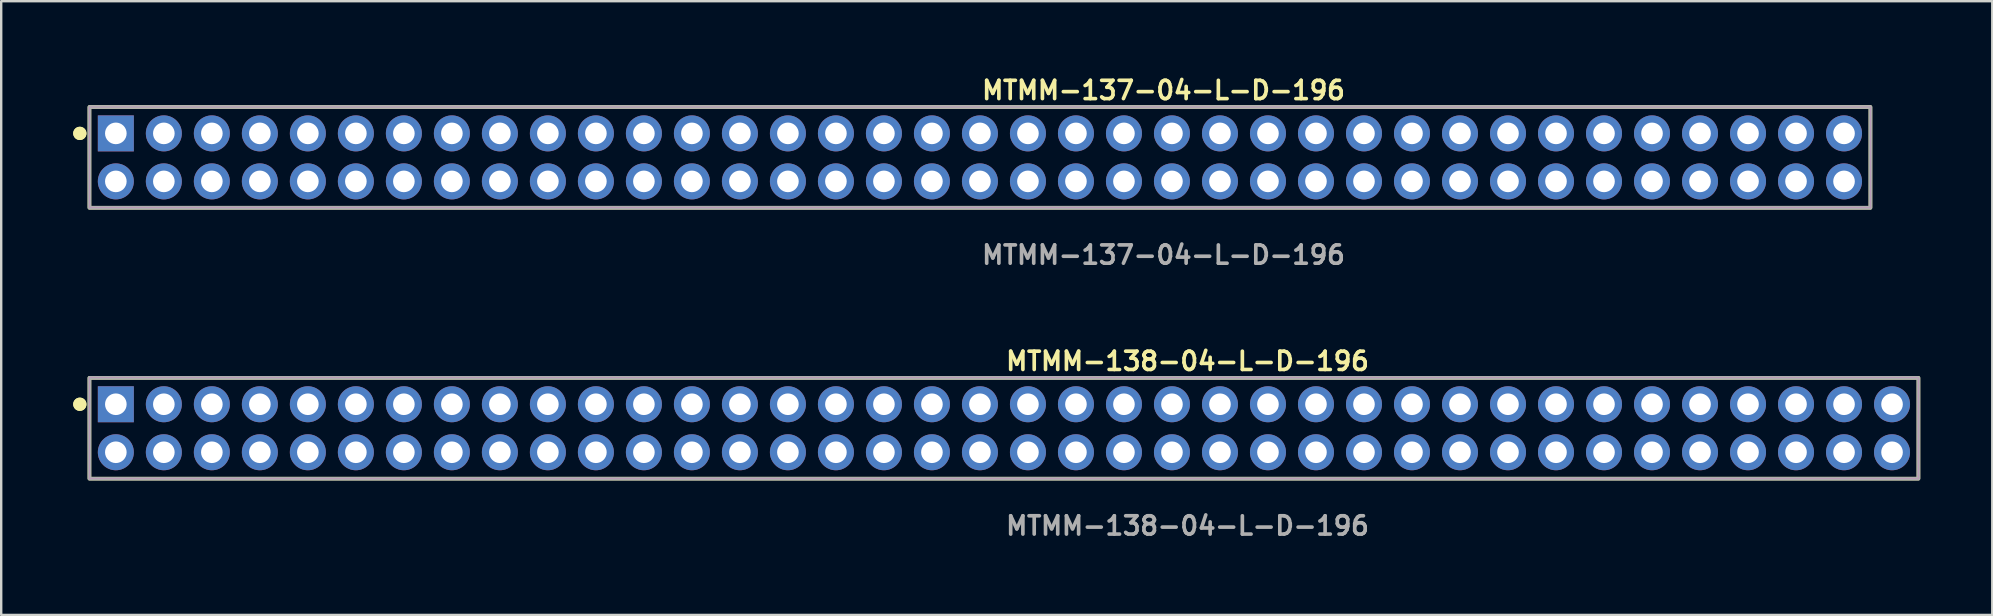
<source format=kicad_pcb>
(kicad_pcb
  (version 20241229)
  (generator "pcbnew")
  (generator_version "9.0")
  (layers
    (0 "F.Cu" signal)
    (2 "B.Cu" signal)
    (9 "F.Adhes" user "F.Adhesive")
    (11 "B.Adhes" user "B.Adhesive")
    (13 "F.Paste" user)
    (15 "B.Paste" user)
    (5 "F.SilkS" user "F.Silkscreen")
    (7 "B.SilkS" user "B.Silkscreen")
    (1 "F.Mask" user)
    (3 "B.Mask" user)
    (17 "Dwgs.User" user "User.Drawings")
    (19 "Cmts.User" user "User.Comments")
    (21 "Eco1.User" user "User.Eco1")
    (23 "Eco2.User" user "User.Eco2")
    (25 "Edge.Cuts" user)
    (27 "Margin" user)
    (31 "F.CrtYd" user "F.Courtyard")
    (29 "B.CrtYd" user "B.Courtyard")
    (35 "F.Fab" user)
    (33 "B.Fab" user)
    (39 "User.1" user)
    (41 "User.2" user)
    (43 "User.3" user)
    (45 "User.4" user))
  (footprint "MTMM-138-04-L-D-196"
    (layer "F.Cu")
    (at 38.776 14.792)
    (property "Reference" "MTMM-138-04-L-D-196" (at 0 -2.794 0) (unlocked yes) (layer "F.SilkS") (effects (font (size 0.762 0.762) (thickness 0.152)) (justify left)))
    (fp_rect (start -38.1 2.1) (end 38.1 -2.1) (stroke (width 0.152) (type solid)) (fill no) (layer "F.SilkS"))
    (fp_circle (center -38.5 -1) (end -38.7 -1) (stroke (width 0.152) (type solid)) (fill yes) (layer "F.SilkS"))
    (fp_circle (center -38.5 -1) (end -38.7 -1) (stroke (width 0.152) (type solid)) (fill yes) (layer "F.SilkS"))
    (fp_rect (start -38.1 2.1) (end 38.1 -2.1) (stroke (width 0.006) (type solid)) (fill no) (layer "F.CrtYd"))
    (fp_rect (start -38.1 2.1) (end 38.1 -2.1) (stroke (width 0.152) (type solid)) (fill no) (layer "F.Fab"))
    (fp_text user "${REFERENCE}" (at 0 4.064 0) (unlocked yes) (layer "F.Fab") (effects (font (size 0.762 0.762) (thickness 0.152)) (justify left)))
    (pad "1" thru_hole rect (at -37 -1) (size 1.5 1.5) (drill 0.9) (layers "*.Cu" "*.Mask"))
    (pad "2" thru_hole circle (at -37 1) (size 1.5 1.5) (drill 0.9) (layers "*.Cu" "*.Mask"))
    (pad "3" thru_hole circle (at -35 -1) (size 1.5 1.5) (drill 0.9) (layers "*.Cu" "*.Mask"))
    (pad "4" thru_hole circle (at -35 1) (size 1.5 1.5) (drill 0.9) (layers "*.Cu" "*.Mask"))
    (pad "5" thru_hole circle (at -33 -1) (size 1.5 1.5) (drill 0.9) (layers "*.Cu" "*.Mask"))
    (pad "6" thru_hole circle (at -33 1) (size 1.5 1.5) (drill 0.9) (layers "*.Cu" "*.Mask"))
    (pad "7" thru_hole circle (at -31 -1) (size 1.5 1.5) (drill 0.9) (layers "*.Cu" "*.Mask"))
    (pad "8" thru_hole circle (at -31 1) (size 1.5 1.5) (drill 0.9) (layers "*.Cu" "*.Mask"))
    (pad "9" thru_hole circle (at -29 -1) (size 1.5 1.5) (drill 0.9) (layers "*.Cu" "*.Mask"))
    (pad "10" thru_hole circle (at -29 1) (size 1.5 1.5) (drill 0.9) (layers "*.Cu" "*.Mask"))
    (pad "11" thru_hole circle (at -27 -1) (size 1.5 1.5) (drill 0.9) (layers "*.Cu" "*.Mask"))
    (pad "12" thru_hole circle (at -27 1) (size 1.5 1.5) (drill 0.9) (layers "*.Cu" "*.Mask"))
    (pad "13" thru_hole circle (at -25 -1) (size 1.5 1.5) (drill 0.9) (layers "*.Cu" "*.Mask"))
    (pad "14" thru_hole circle (at -25 1) (size 1.5 1.5) (drill 0.9) (layers "*.Cu" "*.Mask"))
    (pad "15" thru_hole circle (at -23 -1) (size 1.5 1.5) (drill 0.9) (layers "*.Cu" "*.Mask"))
    (pad "16" thru_hole circle (at -23 1) (size 1.5 1.5) (drill 0.9) (layers "*.Cu" "*.Mask"))
    (pad "17" thru_hole circle (at -21 -1) (size 1.5 1.5) (drill 0.9) (layers "*.Cu" "*.Mask"))
    (pad "18" thru_hole circle (at -21 1) (size 1.5 1.5) (drill 0.9) (layers "*.Cu" "*.Mask"))
    (pad "19" thru_hole circle (at -19 -1) (size 1.5 1.5) (drill 0.9) (layers "*.Cu" "*.Mask"))
    (pad "20" thru_hole circle (at -19 1) (size 1.5 1.5) (drill 0.9) (layers "*.Cu" "*.Mask"))
    (pad "21" thru_hole circle (at -17 -1) (size 1.5 1.5) (drill 0.9) (layers "*.Cu" "*.Mask"))
    (pad "22" thru_hole circle (at -17 1) (size 1.5 1.5) (drill 0.9) (layers "*.Cu" "*.Mask"))
    (pad "23" thru_hole circle (at -15 -1) (size 1.5 1.5) (drill 0.9) (layers "*.Cu" "*.Mask"))
    (pad "24" thru_hole circle (at -15 1) (size 1.5 1.5) (drill 0.9) (layers "*.Cu" "*.Mask"))
    (pad "25" thru_hole circle (at -13 -1) (size 1.5 1.5) (drill 0.9) (layers "*.Cu" "*.Mask"))
    (pad "26" thru_hole circle (at -13 1) (size 1.5 1.5) (drill 0.9) (layers "*.Cu" "*.Mask"))
    (pad "27" thru_hole circle (at -11 -1) (size 1.5 1.5) (drill 0.9) (layers "*.Cu" "*.Mask"))
    (pad "28" thru_hole circle (at -11 1) (size 1.5 1.5) (drill 0.9) (layers "*.Cu" "*.Mask"))
    (pad "29" thru_hole circle (at -9 -1) (size 1.5 1.5) (drill 0.9) (layers "*.Cu" "*.Mask"))
    (pad "30" thru_hole circle (at -9 1) (size 1.5 1.5) (drill 0.9) (layers "*.Cu" "*.Mask"))
    (pad "31" thru_hole circle (at -7 -1) (size 1.5 1.5) (drill 0.9) (layers "*.Cu" "*.Mask"))
    (pad "32" thru_hole circle (at -7 1) (size 1.5 1.5) (drill 0.9) (layers "*.Cu" "*.Mask"))
    (pad "33" thru_hole circle (at -5 -1) (size 1.5 1.5) (drill 0.9) (layers "*.Cu" "*.Mask"))
    (pad "34" thru_hole circle (at -5 1) (size 1.5 1.5) (drill 0.9) (layers "*.Cu" "*.Mask"))
    (pad "35" thru_hole circle (at -3 -1) (size 1.5 1.5) (drill 0.9) (layers "*.Cu" "*.Mask"))
    (pad "36" thru_hole circle (at -3 1) (size 1.5 1.5) (drill 0.9) (layers "*.Cu" "*.Mask"))
    (pad "37" thru_hole circle (at -1 -1) (size 1.5 1.5) (drill 0.9) (layers "*.Cu" "*.Mask"))
    (pad "38" thru_hole circle (at -1 1) (size 1.5 1.5) (drill 0.9) (layers "*.Cu" "*.Mask"))
    (pad "39" thru_hole circle (at 1 -1) (size 1.5 1.5) (drill 0.9) (layers "*.Cu" "*.Mask"))
    (pad "40" thru_hole circle (at 1 1) (size 1.5 1.5) (drill 0.9) (layers "*.Cu" "*.Mask"))
    (pad "41" thru_hole circle (at 3 -1) (size 1.5 1.5) (drill 0.9) (layers "*.Cu" "*.Mask"))
    (pad "42" thru_hole circle (at 3 1) (size 1.5 1.5) (drill 0.9) (layers "*.Cu" "*.Mask"))
    (pad "43" thru_hole circle (at 5 -1) (size 1.5 1.5) (drill 0.9) (layers "*.Cu" "*.Mask"))
    (pad "44" thru_hole circle (at 5 1) (size 1.5 1.5) (drill 0.9) (layers "*.Cu" "*.Mask"))
    (pad "45" thru_hole circle (at 7 -1) (size 1.5 1.5) (drill 0.9) (layers "*.Cu" "*.Mask"))
    (pad "46" thru_hole circle (at 7 1) (size 1.5 1.5) (drill 0.9) (layers "*.Cu" "*.Mask"))
    (pad "47" thru_hole circle (at 9 -1) (size 1.5 1.5) (drill 0.9) (layers "*.Cu" "*.Mask"))
    (pad "48" thru_hole circle (at 9 1) (size 1.5 1.5) (drill 0.9) (layers "*.Cu" "*.Mask"))
    (pad "49" thru_hole circle (at 11 -1) (size 1.5 1.5) (drill 0.9) (layers "*.Cu" "*.Mask"))
    (pad "50" thru_hole circle (at 11 1) (size 1.5 1.5) (drill 0.9) (layers "*.Cu" "*.Mask"))
    (pad "51" thru_hole circle (at 13 -1) (size 1.5 1.5) (drill 0.9) (layers "*.Cu" "*.Mask"))
    (pad "52" thru_hole circle (at 13 1) (size 1.5 1.5) (drill 0.9) (layers "*.Cu" "*.Mask"))
    (pad "53" thru_hole circle (at 15 -1) (size 1.5 1.5) (drill 0.9) (layers "*.Cu" "*.Mask"))
    (pad "54" thru_hole circle (at 15 1) (size 1.5 1.5) (drill 0.9) (layers "*.Cu" "*.Mask"))
    (pad "55" thru_hole circle (at 17 -1) (size 1.5 1.5) (drill 0.9) (layers "*.Cu" "*.Mask"))
    (pad "56" thru_hole circle (at 17 1) (size 1.5 1.5) (drill 0.9) (layers "*.Cu" "*.Mask"))
    (pad "57" thru_hole circle (at 19 -1) (size 1.5 1.5) (drill 0.9) (layers "*.Cu" "*.Mask"))
    (pad "58" thru_hole circle (at 19 1) (size 1.5 1.5) (drill 0.9) (layers "*.Cu" "*.Mask"))
    (pad "59" thru_hole circle (at 21 -1) (size 1.5 1.5) (drill 0.9) (layers "*.Cu" "*.Mask"))
    (pad "60" thru_hole circle (at 21 1) (size 1.5 1.5) (drill 0.9) (layers "*.Cu" "*.Mask"))
    (pad "61" thru_hole circle (at 23 -1) (size 1.5 1.5) (drill 0.9) (layers "*.Cu" "*.Mask"))
    (pad "62" thru_hole circle (at 23 1) (size 1.5 1.5) (drill 0.9) (layers "*.Cu" "*.Mask"))
    (pad "63" thru_hole circle (at 25 -1) (size 1.5 1.5) (drill 0.9) (layers "*.Cu" "*.Mask"))
    (pad "64" thru_hole circle (at 25 1) (size 1.5 1.5) (drill 0.9) (layers "*.Cu" "*.Mask"))
    (pad "65" thru_hole circle (at 27 -1) (size 1.5 1.5) (drill 0.9) (layers "*.Cu" "*.Mask"))
    (pad "66" thru_hole circle (at 27 1) (size 1.5 1.5) (drill 0.9) (layers "*.Cu" "*.Mask"))
    (pad "67" thru_hole circle (at 29 -1) (size 1.5 1.5) (drill 0.9) (layers "*.Cu" "*.Mask"))
    (pad "68" thru_hole circle (at 29 1) (size 1.5 1.5) (drill 0.9) (layers "*.Cu" "*.Mask"))
    (pad "69" thru_hole circle (at 31 -1) (size 1.5 1.5) (drill 0.9) (layers "*.Cu" "*.Mask"))
    (pad "70" thru_hole circle (at 31 1) (size 1.5 1.5) (drill 0.9) (layers "*.Cu" "*.Mask"))
    (pad "71" thru_hole circle (at 33 -1) (size 1.5 1.5) (drill 0.9) (layers "*.Cu" "*.Mask"))
    (pad "72" thru_hole circle (at 33 1) (size 1.5 1.5) (drill 0.9) (layers "*.Cu" "*.Mask"))
    (pad "73" thru_hole circle (at 35 -1) (size 1.5 1.5) (drill 0.9) (layers "*.Cu" "*.Mask"))
    (pad "74" thru_hole circle (at 35 1) (size 1.5 1.5) (drill 0.9) (layers "*.Cu" "*.Mask"))
    (pad "75" thru_hole circle (at 37 -1) (size 1.5 1.5) (drill 0.9) (layers "*.Cu" "*.Mask"))
    (pad "76" thru_hole circle (at 37 1) (size 1.5 1.5) (drill 0.9) (layers "*.Cu" "*.Mask")))
  (footprint "MTMM-137-04-L-D-196"
    (layer "F.Cu")
    (at 37.776 3.507)
    (property "Reference" "MTMM-137-04-L-D-196" (at 0 -2.794 0) (unlocked yes) (layer "F.SilkS") (effects (font (size 0.762 0.762) (thickness 0.152)) (justify left)))
    (fp_rect (start -37.1 2.1) (end 37.1 -2.1) (stroke (width 0.152) (type solid)) (fill no) (layer "F.SilkS"))
    (fp_circle (center -37.5 -1) (end -37.7 -1) (stroke (width 0.152) (type solid)) (fill yes) (layer "F.SilkS"))
    (fp_circle (center -37.5 -1) (end -37.7 -1) (stroke (width 0.152) (type solid)) (fill yes) (layer "F.SilkS"))
    (fp_rect (start -37.1 2.1) (end 37.1 -2.1) (stroke (width 0.006) (type solid)) (fill no) (layer "F.CrtYd"))
    (fp_rect (start -37.1 2.1) (end 37.1 -2.1) (stroke (width 0.152) (type solid)) (fill no) (layer "F.Fab"))
    (fp_text user "${REFERENCE}" (at 0 4.064 0) (unlocked yes) (layer "F.Fab") (effects (font (size 0.762 0.762) (thickness 0.152)) (justify left)))
    (pad "1" thru_hole rect (at -36 -1) (size 1.5 1.5) (drill 0.9) (layers "*.Cu" "*.Mask"))
    (pad "2" thru_hole circle (at -36 1) (size 1.5 1.5) (drill 0.9) (layers "*.Cu" "*.Mask"))
    (pad "3" thru_hole circle (at -34 -1) (size 1.5 1.5) (drill 0.9) (layers "*.Cu" "*.Mask"))
    (pad "4" thru_hole circle (at -34 1) (size 1.5 1.5) (drill 0.9) (layers "*.Cu" "*.Mask"))
    (pad "5" thru_hole circle (at -32 -1) (size 1.5 1.5) (drill 0.9) (layers "*.Cu" "*.Mask"))
    (pad "6" thru_hole circle (at -32 1) (size 1.5 1.5) (drill 0.9) (layers "*.Cu" "*.Mask"))
    (pad "7" thru_hole circle (at -30 -1) (size 1.5 1.5) (drill 0.9) (layers "*.Cu" "*.Mask"))
    (pad "8" thru_hole circle (at -30 1) (size 1.5 1.5) (drill 0.9) (layers "*.Cu" "*.Mask"))
    (pad "9" thru_hole circle (at -28 -1) (size 1.5 1.5) (drill 0.9) (layers "*.Cu" "*.Mask"))
    (pad "10" thru_hole circle (at -28 1) (size 1.5 1.5) (drill 0.9) (layers "*.Cu" "*.Mask"))
    (pad "11" thru_hole circle (at -26 -1) (size 1.5 1.5) (drill 0.9) (layers "*.Cu" "*.Mask"))
    (pad "12" thru_hole circle (at -26 1) (size 1.5 1.5) (drill 0.9) (layers "*.Cu" "*.Mask"))
    (pad "13" thru_hole circle (at -24 -1) (size 1.5 1.5) (drill 0.9) (layers "*.Cu" "*.Mask"))
    (pad "14" thru_hole circle (at -24 1) (size 1.5 1.5) (drill 0.9) (layers "*.Cu" "*.Mask"))
    (pad "15" thru_hole circle (at -22 -1) (size 1.5 1.5) (drill 0.9) (layers "*.Cu" "*.Mask"))
    (pad "16" thru_hole circle (at -22 1) (size 1.5 1.5) (drill 0.9) (layers "*.Cu" "*.Mask"))
    (pad "17" thru_hole circle (at -20 -1) (size 1.5 1.5) (drill 0.9) (layers "*.Cu" "*.Mask"))
    (pad "18" thru_hole circle (at -20 1) (size 1.5 1.5) (drill 0.9) (layers "*.Cu" "*.Mask"))
    (pad "19" thru_hole circle (at -18 -1) (size 1.5 1.5) (drill 0.9) (layers "*.Cu" "*.Mask"))
    (pad "20" thru_hole circle (at -18 1) (size 1.5 1.5) (drill 0.9) (layers "*.Cu" "*.Mask"))
    (pad "21" thru_hole circle (at -16 -1) (size 1.5 1.5) (drill 0.9) (layers "*.Cu" "*.Mask"))
    (pad "22" thru_hole circle (at -16 1) (size 1.5 1.5) (drill 0.9) (layers "*.Cu" "*.Mask"))
    (pad "23" thru_hole circle (at -14 -1) (size 1.5 1.5) (drill 0.9) (layers "*.Cu" "*.Mask"))
    (pad "24" thru_hole circle (at -14 1) (size 1.5 1.5) (drill 0.9) (layers "*.Cu" "*.Mask"))
    (pad "25" thru_hole circle (at -12 -1) (size 1.5 1.5) (drill 0.9) (layers "*.Cu" "*.Mask"))
    (pad "26" thru_hole circle (at -12 1) (size 1.5 1.5) (drill 0.9) (layers "*.Cu" "*.Mask"))
    (pad "27" thru_hole circle (at -10 -1) (size 1.5 1.5) (drill 0.9) (layers "*.Cu" "*.Mask"))
    (pad "28" thru_hole circle (at -10 1) (size 1.5 1.5) (drill 0.9) (layers "*.Cu" "*.Mask"))
    (pad "29" thru_hole circle (at -8 -1) (size 1.5 1.5) (drill 0.9) (layers "*.Cu" "*.Mask"))
    (pad "30" thru_hole circle (at -8 1) (size 1.5 1.5) (drill 0.9) (layers "*.Cu" "*.Mask"))
    (pad "31" thru_hole circle (at -6 -1) (size 1.5 1.5) (drill 0.9) (layers "*.Cu" "*.Mask"))
    (pad "32" thru_hole circle (at -6 1) (size 1.5 1.5) (drill 0.9) (layers "*.Cu" "*.Mask"))
    (pad "33" thru_hole circle (at -4 -1) (size 1.5 1.5) (drill 0.9) (layers "*.Cu" "*.Mask"))
    (pad "34" thru_hole circle (at -4 1) (size 1.5 1.5) (drill 0.9) (layers "*.Cu" "*.Mask"))
    (pad "35" thru_hole circle (at -2 -1) (size 1.5 1.5) (drill 0.9) (layers "*.Cu" "*.Mask"))
    (pad "36" thru_hole circle (at -2 1) (size 1.5 1.5) (drill 0.9) (layers "*.Cu" "*.Mask"))
    (pad "37" thru_hole circle (at 0 -1) (size 1.5 1.5) (drill 0.9) (layers "*.Cu" "*.Mask"))
    (pad "38" thru_hole circle (at 0 1) (size 1.5 1.5) (drill 0.9) (layers "*.Cu" "*.Mask"))
    (pad "39" thru_hole circle (at 2 -1) (size 1.5 1.5) (drill 0.9) (layers "*.Cu" "*.Mask"))
    (pad "40" thru_hole circle (at 2 1) (size 1.5 1.5) (drill 0.9) (layers "*.Cu" "*.Mask"))
    (pad "41" thru_hole circle (at 4 -1) (size 1.5 1.5) (drill 0.9) (layers "*.Cu" "*.Mask"))
    (pad "42" thru_hole circle (at 4 1) (size 1.5 1.5) (drill 0.9) (layers "*.Cu" "*.Mask"))
    (pad "43" thru_hole circle (at 6 -1) (size 1.5 1.5) (drill 0.9) (layers "*.Cu" "*.Mask"))
    (pad "44" thru_hole circle (at 6 1) (size 1.5 1.5) (drill 0.9) (layers "*.Cu" "*.Mask"))
    (pad "45" thru_hole circle (at 8 -1) (size 1.5 1.5) (drill 0.9) (layers "*.Cu" "*.Mask"))
    (pad "46" thru_hole circle (at 8 1) (size 1.5 1.5) (drill 0.9) (layers "*.Cu" "*.Mask"))
    (pad "47" thru_hole circle (at 10 -1) (size 1.5 1.5) (drill 0.9) (layers "*.Cu" "*.Mask"))
    (pad "48" thru_hole circle (at 10 1) (size 1.5 1.5) (drill 0.9) (layers "*.Cu" "*.Mask"))
    (pad "49" thru_hole circle (at 12 -1) (size 1.5 1.5) (drill 0.9) (layers "*.Cu" "*.Mask"))
    (pad "50" thru_hole circle (at 12 1) (size 1.5 1.5) (drill 0.9) (layers "*.Cu" "*.Mask"))
    (pad "51" thru_hole circle (at 14 -1) (size 1.5 1.5) (drill 0.9) (layers "*.Cu" "*.Mask"))
    (pad "52" thru_hole circle (at 14 1) (size 1.5 1.5) (drill 0.9) (layers "*.Cu" "*.Mask"))
    (pad "53" thru_hole circle (at 16 -1) (size 1.5 1.5) (drill 0.9) (layers "*.Cu" "*.Mask"))
    (pad "54" thru_hole circle (at 16 1) (size 1.5 1.5) (drill 0.9) (layers "*.Cu" "*.Mask"))
    (pad "55" thru_hole circle (at 18 -1) (size 1.5 1.5) (drill 0.9) (layers "*.Cu" "*.Mask"))
    (pad "56" thru_hole circle (at 18 1) (size 1.5 1.5) (drill 0.9) (layers "*.Cu" "*.Mask"))
    (pad "57" thru_hole circle (at 20 -1) (size 1.5 1.5) (drill 0.9) (layers "*.Cu" "*.Mask"))
    (pad "58" thru_hole circle (at 20 1) (size 1.5 1.5) (drill 0.9) (layers "*.Cu" "*.Mask"))
    (pad "59" thru_hole circle (at 22 -1) (size 1.5 1.5) (drill 0.9) (layers "*.Cu" "*.Mask"))
    (pad "60" thru_hole circle (at 22 1) (size 1.5 1.5) (drill 0.9) (layers "*.Cu" "*.Mask"))
    (pad "61" thru_hole circle (at 24 -1) (size 1.5 1.5) (drill 0.9) (layers "*.Cu" "*.Mask"))
    (pad "62" thru_hole circle (at 24 1) (size 1.5 1.5) (drill 0.9) (layers "*.Cu" "*.Mask"))
    (pad "63" thru_hole circle (at 26 -1) (size 1.5 1.5) (drill 0.9) (layers "*.Cu" "*.Mask"))
    (pad "64" thru_hole circle (at 26 1) (size 1.5 1.5) (drill 0.9) (layers "*.Cu" "*.Mask"))
    (pad "65" thru_hole circle (at 28 -1) (size 1.5 1.5) (drill 0.9) (layers "*.Cu" "*.Mask"))
    (pad "66" thru_hole circle (at 28 1) (size 1.5 1.5) (drill 0.9) (layers "*.Cu" "*.Mask"))
    (pad "67" thru_hole circle (at 30 -1) (size 1.5 1.5) (drill 0.9) (layers "*.Cu" "*.Mask"))
    (pad "68" thru_hole circle (at 30 1) (size 1.5 1.5) (drill 0.9) (layers "*.Cu" "*.Mask"))
    (pad "69" thru_hole circle (at 32 -1) (size 1.5 1.5) (drill 0.9) (layers "*.Cu" "*.Mask"))
    (pad "70" thru_hole circle (at 32 1) (size 1.5 1.5) (drill 0.9) (layers "*.Cu" "*.Mask"))
    (pad "71" thru_hole circle (at 34 -1) (size 1.5 1.5) (drill 0.9) (layers "*.Cu" "*.Mask"))
    (pad "72" thru_hole circle (at 34 1) (size 1.5 1.5) (drill 0.9) (layers "*.Cu" "*.Mask"))
    (pad "73" thru_hole circle (at 36 -1) (size 1.5 1.5) (drill 0.9) (layers "*.Cu" "*.Mask"))
    (pad "74" thru_hole circle (at 36 1) (size 1.5 1.5) (drill 0.9) (layers "*.Cu" "*.Mask")))
  (gr_rect
    (start -3 -3)
    (end 79.952 22.569)
    (stroke (width 0.1) (type default))
    (fill no)
    (layer "Edge.Cuts")))
</source>
